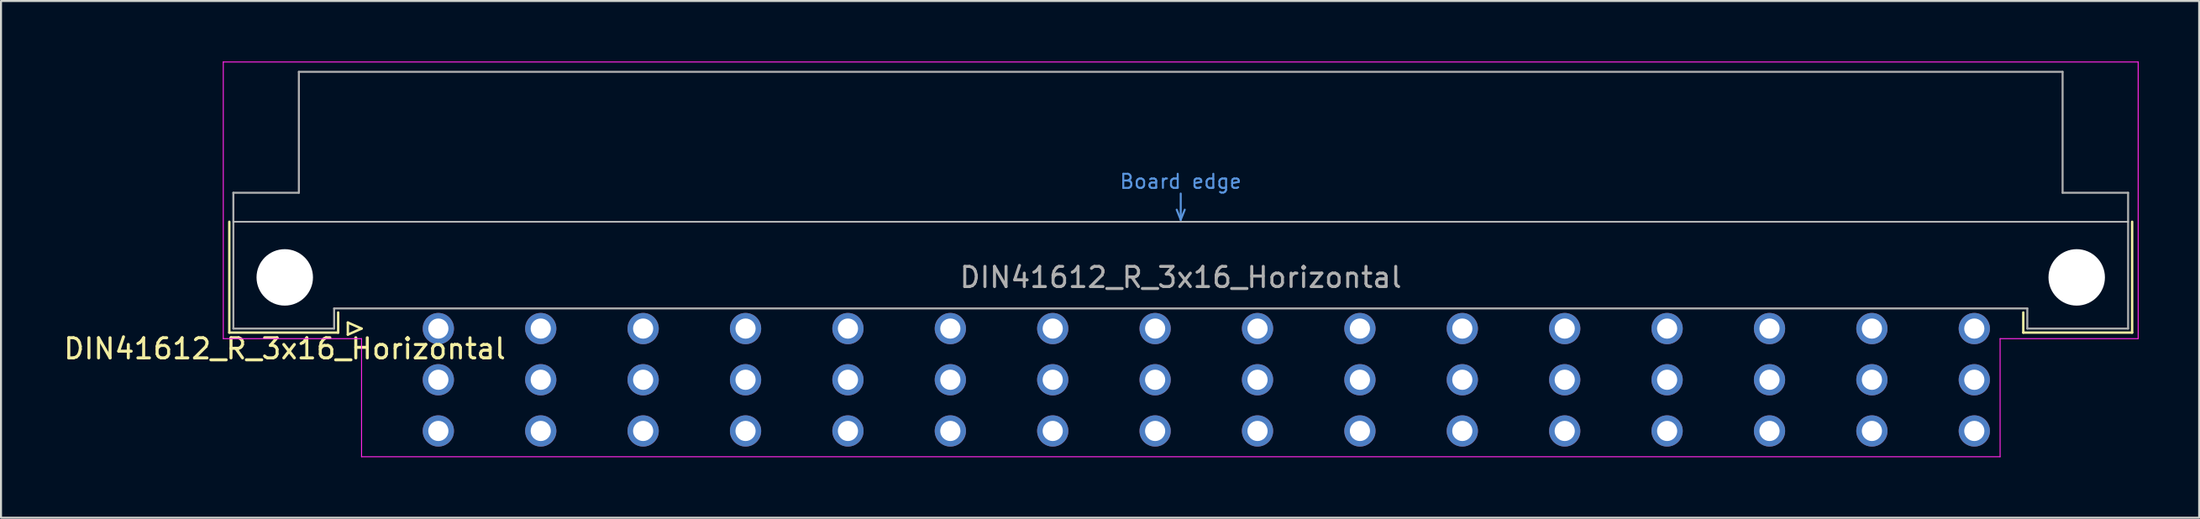
<source format=kicad_pcb>
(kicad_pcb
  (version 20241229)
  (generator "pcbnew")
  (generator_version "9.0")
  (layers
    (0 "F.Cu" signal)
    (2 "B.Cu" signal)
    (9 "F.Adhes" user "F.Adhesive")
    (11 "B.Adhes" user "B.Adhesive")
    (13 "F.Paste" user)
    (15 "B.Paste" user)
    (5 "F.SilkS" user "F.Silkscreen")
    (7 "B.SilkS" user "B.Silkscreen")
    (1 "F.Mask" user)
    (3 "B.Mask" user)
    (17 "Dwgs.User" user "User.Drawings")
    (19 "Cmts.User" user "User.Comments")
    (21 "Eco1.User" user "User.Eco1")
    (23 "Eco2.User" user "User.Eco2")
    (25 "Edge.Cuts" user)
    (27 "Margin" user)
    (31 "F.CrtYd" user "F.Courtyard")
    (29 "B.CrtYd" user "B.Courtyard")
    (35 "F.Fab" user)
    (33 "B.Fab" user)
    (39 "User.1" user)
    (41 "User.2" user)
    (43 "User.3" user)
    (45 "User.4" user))
  (footprint "DIN41612_R_3x16_Horizontal"
    (layer "F.Cu")
    (at 16.157 13.255)
    (property "Reference" "DIN41612_R_3x16_Horizontal" (at -5.08 1 0) (layer "F.SilkS") (effects (font (size 1 1) (thickness 0.15))))
    (attr through_hole)
    (fp_line (start -7.83 -5.3) (end -7.83 0.2) (stroke (width 0.12) (type solid)) (layer "F.SilkS"))
    (fp_line (start -7.83 0.2) (end -2.43 0.2) (stroke (width 0.12) (type solid)) (layer "F.SilkS"))
    (fp_line (start -2.43 0.2) (end -2.43 -0.8) (stroke (width 0.12) (type solid)) (layer "F.SilkS"))
    (fp_line (start -1.95 -0.3) (end -1.95 0.3) (stroke (width 0.12) (type solid)) (layer "F.SilkS"))
    (fp_line (start -1.95 0.3) (end -1.27 0) (stroke (width 0.12) (type solid)) (layer "F.SilkS"))
    (fp_line (start -1.27 0) (end -1.95 -0.3) (stroke (width 0.12) (type solid)) (layer "F.SilkS"))
    (fp_line (start 81.17 0.2) (end 81.17 -0.8) (stroke (width 0.12) (type solid)) (layer "F.SilkS"))
    (fp_line (start 86.57 -5.3) (end 86.57 0.2) (stroke (width 0.12) (type solid)) (layer "F.SilkS"))
    (fp_line (start 86.57 0.2) (end 81.17 0.2) (stroke (width 0.12) (type solid)) (layer "F.SilkS"))
    (fp_line (start -7.63 -5.3) (end 86.37 -5.3) (stroke (width 0.08) (type solid)) (layer "Dwgs.User"))
    (fp_line (start 39.17 -5.9) (end 39.37 -5.4) (stroke (width 0.1) (type solid)) (layer "Cmts.User"))
    (fp_line (start 39.37 -5.4) (end 39.37 -6.7) (stroke (width 0.1) (type solid)) (layer "Cmts.User"))
    (fp_line (start 39.37 -5.4) (end 39.57 -5.9) (stroke (width 0.1) (type solid)) (layer "Cmts.User"))
    (fp_line (start -8.13 -13.23) (end -8.13 0.5) (stroke (width 0.05) (type solid)) (layer "F.CrtYd"))
    (fp_line (start -8.13 0.5) (end -1.27 0.5) (stroke (width 0.05) (type solid)) (layer "F.CrtYd"))
    (fp_line (start -1.27 0.5) (end -1.27 6.36) (stroke (width 0.05) (type solid)) (layer "F.CrtYd"))
    (fp_line (start -1.27 6.36) (end 80.02 6.36) (stroke (width 0.05) (type solid)) (layer "F.CrtYd"))
    (fp_line (start 80.02 0.5) (end 86.87 0.5) (stroke (width 0.05) (type solid)) (layer "F.CrtYd"))
    (fp_line (start 80.02 6.36) (end 80.02 0.5) (stroke (width 0.05) (type solid)) (layer "F.CrtYd"))
    (fp_line (start 86.87 -13.23) (end -8.13 -13.23) (stroke (width 0.05) (type solid)) (layer "F.CrtYd"))
    (fp_line (start 86.87 0.5) (end 86.87 -13.23) (stroke (width 0.05) (type solid)) (layer "F.CrtYd"))
    (fp_line (start -7.63 -6.74) (end -7.63 0) (stroke (width 0.1) (type solid)) (layer "F.Fab"))
    (fp_line (start -7.63 0) (end -2.63 0) (stroke (width 0.1) (type solid)) (layer "F.Fab"))
    (fp_line (start -4.38 -12.74) (end -4.38 -6.74) (stroke (width 0.1) (type solid)) (layer "F.Fab"))
    (fp_line (start -4.38 -6.74) (end -7.63 -6.74) (stroke (width 0.1) (type solid)) (layer "F.Fab"))
    (fp_line (start -2.63 -1) (end 81.37 -1) (stroke (width 0.1) (type solid)) (layer "F.Fab"))
    (fp_line (start -2.63 0) (end -2.63 -1) (stroke (width 0.1) (type solid)) (layer "F.Fab"))
    (fp_line (start 81.37 -1) (end 81.37 0) (stroke (width 0.1) (type solid)) (layer "F.Fab"))
    (fp_line (start 81.37 0) (end 86.37 0) (stroke (width 0.1) (type solid)) (layer "F.Fab"))
    (fp_line (start 83.12 -12.74) (end -4.38 -12.74) (stroke (width 0.1) (type solid)) (layer "F.Fab"))
    (fp_line (start 83.12 -6.74) (end 83.12 -12.74) (stroke (width 0.1) (type solid)) (layer "F.Fab"))
    (fp_line (start 86.37 -6.74) (end 83.12 -6.74) (stroke (width 0.1) (type solid)) (layer "F.Fab"))
    (fp_line (start 86.37 0) (end 86.37 -6.74) (stroke (width 0.1) (type solid)) (layer "F.Fab"))
    (fp_text user "Board edge" (at 39.37 -7.3 0) (layer "Cmts.User") (effects (font (size 0.7 0.7) (thickness 0.1))))
    (fp_text user "${REFERENCE}" (at 39.37 -2.54 0) (layer "F.Fab") (effects (font (size 1 1) (thickness 0.15))))
    (pad "" np_thru_hole circle (at -5.08 -2.54) (size 2.8 2.8) (drill 2.8) (layers "*.Cu" "*.Mask"))
    (pad "" np_thru_hole circle (at 83.82 -2.54) (size 2.8 2.8) (drill 2.8) (layers "*.Cu" "*.Mask"))
    (pad "a2" thru_hole circle (at 2.54 0) (size 1.55 1.55) (drill 1) (layers "*.Cu" "*.Mask"))
    (pad "a4" thru_hole circle (at 7.62 0) (size 1.55 1.55) (drill 1) (layers "*.Cu" "*.Mask"))
    (pad "a6" thru_hole circle (at 12.7 0) (size 1.55 1.55) (drill 1) (layers "*.Cu" "*.Mask"))
    (pad "a8" thru_hole circle (at 17.78 0) (size 1.55 1.55) (drill 1) (layers "*.Cu" "*.Mask"))
    (pad "a10" thru_hole circle (at 22.86 0) (size 1.55 1.55) (drill 1) (layers "*.Cu" "*.Mask"))
    (pad "a12" thru_hole circle (at 27.94 0) (size 1.55 1.55) (drill 1) (layers "*.Cu" "*.Mask"))
    (pad "a14" thru_hole circle (at 33.02 0) (size 1.55 1.55) (drill 1) (layers "*.Cu" "*.Mask"))
    (pad "a16" thru_hole circle (at 38.1 0) (size 1.55 1.55) (drill 1) (layers "*.Cu" "*.Mask"))
    (pad "a18" thru_hole circle (at 43.18 0) (size 1.55 1.55) (drill 1) (layers "*.Cu" "*.Mask"))
    (pad "a20" thru_hole circle (at 48.26 0) (size 1.55 1.55) (drill 1) (layers "*.Cu" "*.Mask"))
    (pad "a22" thru_hole circle (at 53.34 0) (size 1.55 1.55) (drill 1) (layers "*.Cu" "*.Mask"))
    (pad "a24" thru_hole circle (at 58.42 0) (size 1.55 1.55) (drill 1) (layers "*.Cu" "*.Mask"))
    (pad "a26" thru_hole circle (at 63.5 0) (size 1.55 1.55) (drill 1) (layers "*.Cu" "*.Mask"))
    (pad "a28" thru_hole circle (at 68.58 0) (size 1.55 1.55) (drill 1) (layers "*.Cu" "*.Mask"))
    (pad "a30" thru_hole circle (at 73.66 0) (size 1.55 1.55) (drill 1) (layers "*.Cu" "*.Mask"))
    (pad "a32" thru_hole circle (at 78.74 0) (size 1.55 1.55) (drill 1) (layers "*.Cu" "*.Mask"))
    (pad "b2" thru_hole circle (at 2.54 2.54) (size 1.55 1.55) (drill 1) (layers "*.Cu" "*.Mask"))
    (pad "b4" thru_hole circle (at 7.62 2.54) (size 1.55 1.55) (drill 1) (layers "*.Cu" "*.Mask"))
    (pad "b6" thru_hole circle (at 12.7 2.54) (size 1.55 1.55) (drill 1) (layers "*.Cu" "*.Mask"))
    (pad "b8" thru_hole circle (at 17.78 2.54) (size 1.55 1.55) (drill 1) (layers "*.Cu" "*.Mask"))
    (pad "b10" thru_hole circle (at 22.86 2.54) (size 1.55 1.55) (drill 1) (layers "*.Cu" "*.Mask"))
    (pad "b12" thru_hole circle (at 27.94 2.54) (size 1.55 1.55) (drill 1) (layers "*.Cu" "*.Mask"))
    (pad "b14" thru_hole circle (at 33.02 2.54) (size 1.55 1.55) (drill 1) (layers "*.Cu" "*.Mask"))
    (pad "b16" thru_hole circle (at 38.1 2.54) (size 1.55 1.55) (drill 1) (layers "*.Cu" "*.Mask"))
    (pad "b18" thru_hole circle (at 43.18 2.54) (size 1.55 1.55) (drill 1) (layers "*.Cu" "*.Mask"))
    (pad "b20" thru_hole circle (at 48.26 2.54) (size 1.55 1.55) (drill 1) (layers "*.Cu" "*.Mask"))
    (pad "b22" thru_hole circle (at 53.34 2.54) (size 1.55 1.55) (drill 1) (layers "*.Cu" "*.Mask"))
    (pad "b24" thru_hole circle (at 58.42 2.54) (size 1.55 1.55) (drill 1) (layers "*.Cu" "*.Mask"))
    (pad "b26" thru_hole circle (at 63.5 2.54) (size 1.55 1.55) (drill 1) (layers "*.Cu" "*.Mask"))
    (pad "b28" thru_hole circle (at 68.58 2.54) (size 1.55 1.55) (drill 1) (layers "*.Cu" "*.Mask"))
    (pad "b30" thru_hole circle (at 73.66 2.54) (size 1.55 1.55) (drill 1) (layers "*.Cu" "*.Mask"))
    (pad "b32" thru_hole circle (at 78.74 2.54) (size 1.55 1.55) (drill 1) (layers "*.Cu" "*.Mask"))
    (pad "c2" thru_hole circle (at 2.54 5.08) (size 1.55 1.55) (drill 1) (layers "*.Cu" "*.Mask"))
    (pad "c4" thru_hole circle (at 7.62 5.08) (size 1.55 1.55) (drill 1) (layers "*.Cu" "*.Mask"))
    (pad "c6" thru_hole circle (at 12.7 5.08) (size 1.55 1.55) (drill 1) (layers "*.Cu" "*.Mask"))
    (pad "c8" thru_hole circle (at 17.78 5.08) (size 1.55 1.55) (drill 1) (layers "*.Cu" "*.Mask"))
    (pad "c10" thru_hole circle (at 22.86 5.08) (size 1.55 1.55) (drill 1) (layers "*.Cu" "*.Mask"))
    (pad "c12" thru_hole circle (at 27.94 5.08) (size 1.55 1.55) (drill 1) (layers "*.Cu" "*.Mask"))
    (pad "c14" thru_hole circle (at 33.02 5.08) (size 1.55 1.55) (drill 1) (layers "*.Cu" "*.Mask"))
    (pad "c16" thru_hole circle (at 38.1 5.08) (size 1.55 1.55) (drill 1) (layers "*.Cu" "*.Mask"))
    (pad "c18" thru_hole circle (at 43.18 5.08) (size 1.55 1.55) (drill 1) (layers "*.Cu" "*.Mask"))
    (pad "c20" thru_hole circle (at 48.26 5.08) (size 1.55 1.55) (drill 1) (layers "*.Cu" "*.Mask"))
    (pad "c22" thru_hole circle (at 53.34 5.08) (size 1.55 1.55) (drill 1) (layers "*.Cu" "*.Mask"))
    (pad "c24" thru_hole circle (at 58.42 5.08) (size 1.55 1.55) (drill 1) (layers "*.Cu" "*.Mask"))
    (pad "c26" thru_hole circle (at 63.5 5.08) (size 1.55 1.55) (drill 1) (layers "*.Cu" "*.Mask"))
    (pad "c28" thru_hole circle (at 68.58 5.08) (size 1.55 1.55) (drill 1) (layers "*.Cu" "*.Mask"))
    (pad "c30" thru_hole circle (at 73.66 5.08) (size 1.55 1.55) (drill 1) (layers "*.Cu" "*.Mask"))
    (pad "c32" thru_hole circle (at 78.74 5.08) (size 1.55 1.55) (drill 1) (layers "*.Cu" "*.Mask")))
  (gr_rect
    (start -3 -3)
    (end 106.052 22.64)
    (stroke (width 0.1) (type default))
    (fill no)
    (layer "Edge.Cuts")))
</source>
